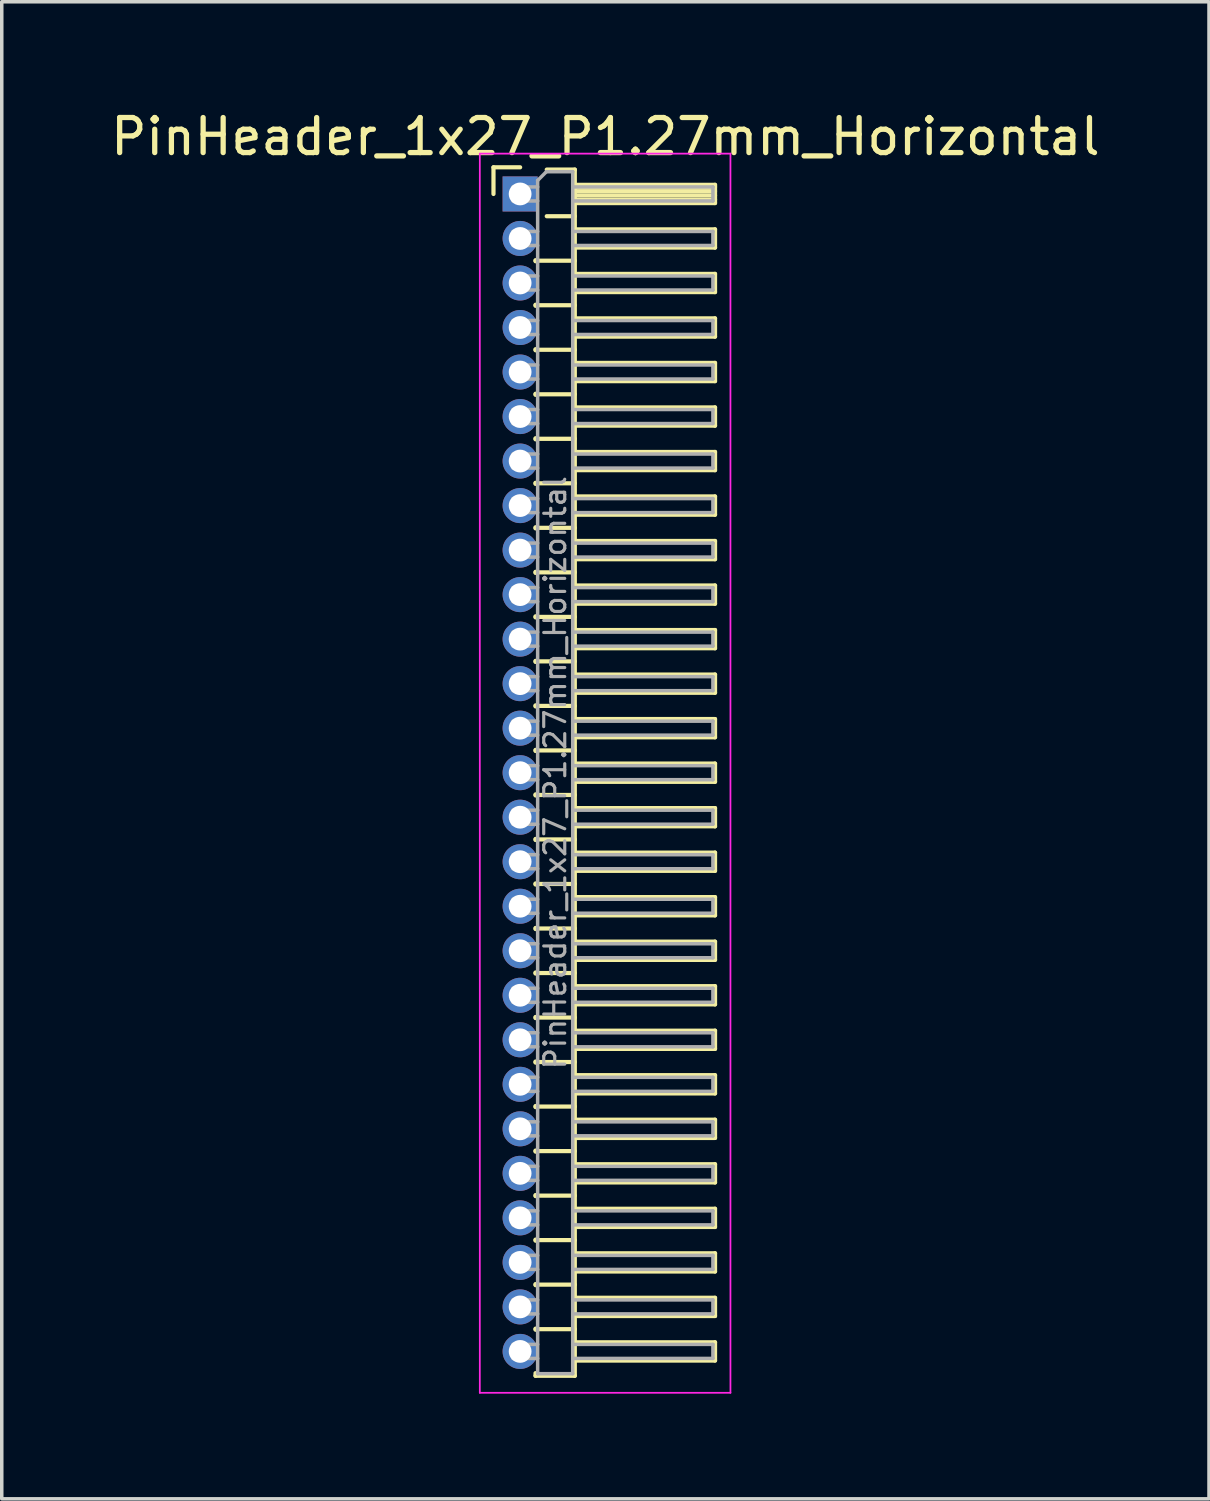
<source format=kicad_pcb>
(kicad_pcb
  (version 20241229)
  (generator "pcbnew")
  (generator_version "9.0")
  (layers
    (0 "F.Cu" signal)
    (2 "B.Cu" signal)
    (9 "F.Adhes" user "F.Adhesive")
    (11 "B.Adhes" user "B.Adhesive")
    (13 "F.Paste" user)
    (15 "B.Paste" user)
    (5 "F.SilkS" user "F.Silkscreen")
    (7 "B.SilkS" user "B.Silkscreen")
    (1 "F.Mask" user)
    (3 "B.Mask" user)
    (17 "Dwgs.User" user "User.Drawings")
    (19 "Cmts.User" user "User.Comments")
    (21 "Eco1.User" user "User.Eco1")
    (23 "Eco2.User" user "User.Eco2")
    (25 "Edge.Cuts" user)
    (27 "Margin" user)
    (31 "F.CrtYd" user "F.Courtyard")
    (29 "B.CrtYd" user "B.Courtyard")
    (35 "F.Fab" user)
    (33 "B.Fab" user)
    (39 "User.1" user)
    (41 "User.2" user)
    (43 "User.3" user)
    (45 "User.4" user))
  (footprint "PinHeader_1x27_P1.27mm_Horizontal"
    (layer "F.Cu")
    (at 11.788 2.483)
    (property "Reference" "PinHeader_1x27_P1.27mm_Horizontal" (at 2.433 -1.635 0) (layer "F.SilkS") (effects (font (size 1 1) (thickness 0.15))))
    (attr through_hole)
    (fp_line (start -0.76 -0.76) (end 0 -0.76) (stroke (width 0.12) (type solid)) (layer "F.SilkS"))
    (fp_line (start -0.76 0) (end -0.76 -0.76) (stroke (width 0.12) (type solid)) (layer "F.SilkS"))
    (fp_line (start 0.44 1.89) (end 0.44 1.92) (stroke (width 0.12) (type solid)) (layer "F.SilkS"))
    (fp_line (start 0.44 1.905) (end 1.56 1.905) (stroke (width 0.12) (type solid)) (layer "F.SilkS"))
    (fp_line (start 0.44 3.16) (end 0.44 3.19) (stroke (width 0.12) (type solid)) (layer "F.SilkS"))
    (fp_line (start 0.44 3.175) (end 1.56 3.175) (stroke (width 0.12) (type solid)) (layer "F.SilkS"))
    (fp_line (start 0.44 4.43) (end 0.44 4.46) (stroke (width 0.12) (type solid)) (layer "F.SilkS"))
    (fp_line (start 0.44 4.445) (end 1.56 4.445) (stroke (width 0.12) (type solid)) (layer "F.SilkS"))
    (fp_line (start 0.44 5.7) (end 0.44 5.73) (stroke (width 0.12) (type solid)) (layer "F.SilkS"))
    (fp_line (start 0.44 5.715) (end 1.56 5.715) (stroke (width 0.12) (type solid)) (layer "F.SilkS"))
    (fp_line (start 0.44 6.97) (end 0.44 7) (stroke (width 0.12) (type solid)) (layer "F.SilkS"))
    (fp_line (start 0.44 6.985) (end 1.56 6.985) (stroke (width 0.12) (type solid)) (layer "F.SilkS"))
    (fp_line (start 0.44 8.24) (end 0.44 8.27) (stroke (width 0.12) (type solid)) (layer "F.SilkS"))
    (fp_line (start 0.44 8.255) (end 1.56 8.255) (stroke (width 0.12) (type solid)) (layer "F.SilkS"))
    (fp_line (start 0.44 9.51) (end 0.44 9.54) (stroke (width 0.12) (type solid)) (layer "F.SilkS"))
    (fp_line (start 0.44 9.525) (end 1.56 9.525) (stroke (width 0.12) (type solid)) (layer "F.SilkS"))
    (fp_line (start 0.44 10.78) (end 0.44 10.81) (stroke (width 0.12) (type solid)) (layer "F.SilkS"))
    (fp_line (start 0.44 10.795) (end 1.56 10.795) (stroke (width 0.12) (type solid)) (layer "F.SilkS"))
    (fp_line (start 0.44 12.05) (end 0.44 12.08) (stroke (width 0.12) (type solid)) (layer "F.SilkS"))
    (fp_line (start 0.44 12.065) (end 1.56 12.065) (stroke (width 0.12) (type solid)) (layer "F.SilkS"))
    (fp_line (start 0.44 13.32) (end 0.44 13.35) (stroke (width 0.12) (type solid)) (layer "F.SilkS"))
    (fp_line (start 0.44 13.335) (end 1.56 13.335) (stroke (width 0.12) (type solid)) (layer "F.SilkS"))
    (fp_line (start 0.44 14.59) (end 0.44 14.62) (stroke (width 0.12) (type solid)) (layer "F.SilkS"))
    (fp_line (start 0.44 14.605) (end 1.56 14.605) (stroke (width 0.12) (type solid)) (layer "F.SilkS"))
    (fp_line (start 0.44 15.86) (end 0.44 15.89) (stroke (width 0.12) (type solid)) (layer "F.SilkS"))
    (fp_line (start 0.44 15.875) (end 1.56 15.875) (stroke (width 0.12) (type solid)) (layer "F.SilkS"))
    (fp_line (start 0.44 17.13) (end 0.44 17.16) (stroke (width 0.12) (type solid)) (layer "F.SilkS"))
    (fp_line (start 0.44 17.145) (end 1.56 17.145) (stroke (width 0.12) (type solid)) (layer "F.SilkS"))
    (fp_line (start 0.44 18.4) (end 0.44 18.43) (stroke (width 0.12) (type solid)) (layer "F.SilkS"))
    (fp_line (start 0.44 18.415) (end 1.56 18.415) (stroke (width 0.12) (type solid)) (layer "F.SilkS"))
    (fp_line (start 0.44 19.67) (end 0.44 19.7) (stroke (width 0.12) (type solid)) (layer "F.SilkS"))
    (fp_line (start 0.44 19.685) (end 1.56 19.685) (stroke (width 0.12) (type solid)) (layer "F.SilkS"))
    (fp_line (start 0.44 20.94) (end 0.44 20.97) (stroke (width 0.12) (type solid)) (layer "F.SilkS"))
    (fp_line (start 0.44 20.955) (end 1.56 20.955) (stroke (width 0.12) (type solid)) (layer "F.SilkS"))
    (fp_line (start 0.44 22.21) (end 0.44 22.24) (stroke (width 0.12) (type solid)) (layer "F.SilkS"))
    (fp_line (start 0.44 22.225) (end 1.56 22.225) (stroke (width 0.12) (type solid)) (layer "F.SilkS"))
    (fp_line (start 0.44 23.48) (end 0.44 23.51) (stroke (width 0.12) (type solid)) (layer "F.SilkS"))
    (fp_line (start 0.44 23.495) (end 1.56 23.495) (stroke (width 0.12) (type solid)) (layer "F.SilkS"))
    (fp_line (start 0.44 24.75) (end 0.44 24.78) (stroke (width 0.12) (type solid)) (layer "F.SilkS"))
    (fp_line (start 0.44 24.765) (end 1.56 24.765) (stroke (width 0.12) (type solid)) (layer "F.SilkS"))
    (fp_line (start 0.44 26.02) (end 0.44 26.05) (stroke (width 0.12) (type solid)) (layer "F.SilkS"))
    (fp_line (start 0.44 26.035) (end 1.56 26.035) (stroke (width 0.12) (type solid)) (layer "F.SilkS"))
    (fp_line (start 0.44 27.29) (end 0.44 27.32) (stroke (width 0.12) (type solid)) (layer "F.SilkS"))
    (fp_line (start 0.44 27.305) (end 1.56 27.305) (stroke (width 0.12) (type solid)) (layer "F.SilkS"))
    (fp_line (start 0.44 28.56) (end 0.44 28.59) (stroke (width 0.12) (type solid)) (layer "F.SilkS"))
    (fp_line (start 0.44 28.575) (end 1.56 28.575) (stroke (width 0.12) (type solid)) (layer "F.SilkS"))
    (fp_line (start 0.44 29.83) (end 0.44 29.86) (stroke (width 0.12) (type solid)) (layer "F.SilkS"))
    (fp_line (start 0.44 29.845) (end 1.56 29.845) (stroke (width 0.12) (type solid)) (layer "F.SilkS"))
    (fp_line (start 0.44 31.1) (end 0.44 31.13) (stroke (width 0.12) (type solid)) (layer "F.SilkS"))
    (fp_line (start 0.44 31.115) (end 1.56 31.115) (stroke (width 0.12) (type solid)) (layer "F.SilkS"))
    (fp_line (start 0.44 32.37) (end 0.44 32.4) (stroke (width 0.12) (type solid)) (layer "F.SilkS"))
    (fp_line (start 0.44 32.385) (end 1.56 32.385) (stroke (width 0.12) (type solid)) (layer "F.SilkS"))
    (fp_line (start 0.44 33.715) (end 0.44 33.64) (stroke (width 0.12) (type solid)) (layer "F.SilkS"))
    (fp_line (start 0.76 -0.695) (end 1.56 -0.695) (stroke (width 0.12) (type solid)) (layer "F.SilkS"))
    (fp_line (start 0.76 0.635) (end 1.56 0.635) (stroke (width 0.12) (type solid)) (layer "F.SilkS"))
    (fp_line (start 1.56 -0.695) (end 1.56 33.715) (stroke (width 0.12) (type solid)) (layer "F.SilkS"))
    (fp_line (start 1.56 -0.26) (end 5.56 -0.26) (stroke (width 0.12) (type solid)) (layer "F.SilkS"))
    (fp_line (start 1.56 -0.2) (end 5.56 -0.2) (stroke (width 0.12) (type solid)) (layer "F.SilkS"))
    (fp_line (start 1.56 -0.08) (end 5.56 -0.08) (stroke (width 0.12) (type solid)) (layer "F.SilkS"))
    (fp_line (start 1.56 0.04) (end 5.56 0.04) (stroke (width 0.12) (type solid)) (layer "F.SilkS"))
    (fp_line (start 1.56 0.16) (end 5.56 0.16) (stroke (width 0.12) (type solid)) (layer "F.SilkS"))
    (fp_line (start 1.56 1.01) (end 5.56 1.01) (stroke (width 0.12) (type solid)) (layer "F.SilkS"))
    (fp_line (start 1.56 2.28) (end 5.56 2.28) (stroke (width 0.12) (type solid)) (layer "F.SilkS"))
    (fp_line (start 1.56 3.55) (end 5.56 3.55) (stroke (width 0.12) (type solid)) (layer "F.SilkS"))
    (fp_line (start 1.56 4.82) (end 5.56 4.82) (stroke (width 0.12) (type solid)) (layer "F.SilkS"))
    (fp_line (start 1.56 6.09) (end 5.56 6.09) (stroke (width 0.12) (type solid)) (layer "F.SilkS"))
    (fp_line (start 1.56 7.36) (end 5.56 7.36) (stroke (width 0.12) (type solid)) (layer "F.SilkS"))
    (fp_line (start 1.56 8.63) (end 5.56 8.63) (stroke (width 0.12) (type solid)) (layer "F.SilkS"))
    (fp_line (start 1.56 9.9) (end 5.56 9.9) (stroke (width 0.12) (type solid)) (layer "F.SilkS"))
    (fp_line (start 1.56 11.17) (end 5.56 11.17) (stroke (width 0.12) (type solid)) (layer "F.SilkS"))
    (fp_line (start 1.56 12.44) (end 5.56 12.44) (stroke (width 0.12) (type solid)) (layer "F.SilkS"))
    (fp_line (start 1.56 13.71) (end 5.56 13.71) (stroke (width 0.12) (type solid)) (layer "F.SilkS"))
    (fp_line (start 1.56 14.98) (end 5.56 14.98) (stroke (width 0.12) (type solid)) (layer "F.SilkS"))
    (fp_line (start 1.56 16.25) (end 5.56 16.25) (stroke (width 0.12) (type solid)) (layer "F.SilkS"))
    (fp_line (start 1.56 17.52) (end 5.56 17.52) (stroke (width 0.12) (type solid)) (layer "F.SilkS"))
    (fp_line (start 1.56 18.79) (end 5.56 18.79) (stroke (width 0.12) (type solid)) (layer "F.SilkS"))
    (fp_line (start 1.56 20.06) (end 5.56 20.06) (stroke (width 0.12) (type solid)) (layer "F.SilkS"))
    (fp_line (start 1.56 21.33) (end 5.56 21.33) (stroke (width 0.12) (type solid)) (layer "F.SilkS"))
    (fp_line (start 1.56 22.6) (end 5.56 22.6) (stroke (width 0.12) (type solid)) (layer "F.SilkS"))
    (fp_line (start 1.56 23.87) (end 5.56 23.87) (stroke (width 0.12) (type solid)) (layer "F.SilkS"))
    (fp_line (start 1.56 25.14) (end 5.56 25.14) (stroke (width 0.12) (type solid)) (layer "F.SilkS"))
    (fp_line (start 1.56 26.41) (end 5.56 26.41) (stroke (width 0.12) (type solid)) (layer "F.SilkS"))
    (fp_line (start 1.56 27.68) (end 5.56 27.68) (stroke (width 0.12) (type solid)) (layer "F.SilkS"))
    (fp_line (start 1.56 28.95) (end 5.56 28.95) (stroke (width 0.12) (type solid)) (layer "F.SilkS"))
    (fp_line (start 1.56 30.22) (end 5.56 30.22) (stroke (width 0.12) (type solid)) (layer "F.SilkS"))
    (fp_line (start 1.56 31.49) (end 5.56 31.49) (stroke (width 0.12) (type solid)) (layer "F.SilkS"))
    (fp_line (start 1.56 32.76) (end 5.56 32.76) (stroke (width 0.12) (type solid)) (layer "F.SilkS"))
    (fp_line (start 1.56 33.715) (end 0.44 33.715) (stroke (width 0.12) (type solid)) (layer "F.SilkS"))
    (fp_line (start 5.56 -0.26) (end 5.56 0.26) (stroke (width 0.12) (type solid)) (layer "F.SilkS"))
    (fp_line (start 5.56 0.26) (end 1.56 0.26) (stroke (width 0.12) (type solid)) (layer "F.SilkS"))
    (fp_line (start 5.56 1.01) (end 5.56 1.53) (stroke (width 0.12) (type solid)) (layer "F.SilkS"))
    (fp_line (start 5.56 1.53) (end 1.56 1.53) (stroke (width 0.12) (type solid)) (layer "F.SilkS"))
    (fp_line (start 5.56 2.28) (end 5.56 2.8) (stroke (width 0.12) (type solid)) (layer "F.SilkS"))
    (fp_line (start 5.56 2.8) (end 1.56 2.8) (stroke (width 0.12) (type solid)) (layer "F.SilkS"))
    (fp_line (start 5.56 3.55) (end 5.56 4.07) (stroke (width 0.12) (type solid)) (layer "F.SilkS"))
    (fp_line (start 5.56 4.07) (end 1.56 4.07) (stroke (width 0.12) (type solid)) (layer "F.SilkS"))
    (fp_line (start 5.56 4.82) (end 5.56 5.34) (stroke (width 0.12) (type solid)) (layer "F.SilkS"))
    (fp_line (start 5.56 5.34) (end 1.56 5.34) (stroke (width 0.12) (type solid)) (layer "F.SilkS"))
    (fp_line (start 5.56 6.09) (end 5.56 6.61) (stroke (width 0.12) (type solid)) (layer "F.SilkS"))
    (fp_line (start 5.56 6.61) (end 1.56 6.61) (stroke (width 0.12) (type solid)) (layer "F.SilkS"))
    (fp_line (start 5.56 7.36) (end 5.56 7.88) (stroke (width 0.12) (type solid)) (layer "F.SilkS"))
    (fp_line (start 5.56 7.88) (end 1.56 7.88) (stroke (width 0.12) (type solid)) (layer "F.SilkS"))
    (fp_line (start 5.56 8.63) (end 5.56 9.15) (stroke (width 0.12) (type solid)) (layer "F.SilkS"))
    (fp_line (start 5.56 9.15) (end 1.56 9.15) (stroke (width 0.12) (type solid)) (layer "F.SilkS"))
    (fp_line (start 5.56 9.9) (end 5.56 10.42) (stroke (width 0.12) (type solid)) (layer "F.SilkS"))
    (fp_line (start 5.56 10.42) (end 1.56 10.42) (stroke (width 0.12) (type solid)) (layer "F.SilkS"))
    (fp_line (start 5.56 11.17) (end 5.56 11.69) (stroke (width 0.12) (type solid)) (layer "F.SilkS"))
    (fp_line (start 5.56 11.69) (end 1.56 11.69) (stroke (width 0.12) (type solid)) (layer "F.SilkS"))
    (fp_line (start 5.56 12.44) (end 5.56 12.96) (stroke (width 0.12) (type solid)) (layer "F.SilkS"))
    (fp_line (start 5.56 12.96) (end 1.56 12.96) (stroke (width 0.12) (type solid)) (layer "F.SilkS"))
    (fp_line (start 5.56 13.71) (end 5.56 14.23) (stroke (width 0.12) (type solid)) (layer "F.SilkS"))
    (fp_line (start 5.56 14.23) (end 1.56 14.23) (stroke (width 0.12) (type solid)) (layer "F.SilkS"))
    (fp_line (start 5.56 14.98) (end 5.56 15.5) (stroke (width 0.12) (type solid)) (layer "F.SilkS"))
    (fp_line (start 5.56 15.5) (end 1.56 15.5) (stroke (width 0.12) (type solid)) (layer "F.SilkS"))
    (fp_line (start 5.56 16.25) (end 5.56 16.77) (stroke (width 0.12) (type solid)) (layer "F.SilkS"))
    (fp_line (start 5.56 16.77) (end 1.56 16.77) (stroke (width 0.12) (type solid)) (layer "F.SilkS"))
    (fp_line (start 5.56 17.52) (end 5.56 18.04) (stroke (width 0.12) (type solid)) (layer "F.SilkS"))
    (fp_line (start 5.56 18.04) (end 1.56 18.04) (stroke (width 0.12) (type solid)) (layer "F.SilkS"))
    (fp_line (start 5.56 18.79) (end 5.56 19.31) (stroke (width 0.12) (type solid)) (layer "F.SilkS"))
    (fp_line (start 5.56 19.31) (end 1.56 19.31) (stroke (width 0.12) (type solid)) (layer "F.SilkS"))
    (fp_line (start 5.56 20.06) (end 5.56 20.58) (stroke (width 0.12) (type solid)) (layer "F.SilkS"))
    (fp_line (start 5.56 20.58) (end 1.56 20.58) (stroke (width 0.12) (type solid)) (layer "F.SilkS"))
    (fp_line (start 5.56 21.33) (end 5.56 21.85) (stroke (width 0.12) (type solid)) (layer "F.SilkS"))
    (fp_line (start 5.56 21.85) (end 1.56 21.85) (stroke (width 0.12) (type solid)) (layer "F.SilkS"))
    (fp_line (start 5.56 22.6) (end 5.56 23.12) (stroke (width 0.12) (type solid)) (layer "F.SilkS"))
    (fp_line (start 5.56 23.12) (end 1.56 23.12) (stroke (width 0.12) (type solid)) (layer "F.SilkS"))
    (fp_line (start 5.56 23.87) (end 5.56 24.39) (stroke (width 0.12) (type solid)) (layer "F.SilkS"))
    (fp_line (start 5.56 24.39) (end 1.56 24.39) (stroke (width 0.12) (type solid)) (layer "F.SilkS"))
    (fp_line (start 5.56 25.14) (end 5.56 25.66) (stroke (width 0.12) (type solid)) (layer "F.SilkS"))
    (fp_line (start 5.56 25.66) (end 1.56 25.66) (stroke (width 0.12) (type solid)) (layer "F.SilkS"))
    (fp_line (start 5.56 26.41) (end 5.56 26.93) (stroke (width 0.12) (type solid)) (layer "F.SilkS"))
    (fp_line (start 5.56 26.93) (end 1.56 26.93) (stroke (width 0.12) (type solid)) (layer "F.SilkS"))
    (fp_line (start 5.56 27.68) (end 5.56 28.2) (stroke (width 0.12) (type solid)) (layer "F.SilkS"))
    (fp_line (start 5.56 28.2) (end 1.56 28.2) (stroke (width 0.12) (type solid)) (layer "F.SilkS"))
    (fp_line (start 5.56 28.95) (end 5.56 29.47) (stroke (width 0.12) (type solid)) (layer "F.SilkS"))
    (fp_line (start 5.56 29.47) (end 1.56 29.47) (stroke (width 0.12) (type solid)) (layer "F.SilkS"))
    (fp_line (start 5.56 30.22) (end 5.56 30.74) (stroke (width 0.12) (type solid)) (layer "F.SilkS"))
    (fp_line (start 5.56 30.74) (end 1.56 30.74) (stroke (width 0.12) (type solid)) (layer "F.SilkS"))
    (fp_line (start 5.56 31.49) (end 5.56 32.01) (stroke (width 0.12) (type solid)) (layer "F.SilkS"))
    (fp_line (start 5.56 32.01) (end 1.56 32.01) (stroke (width 0.12) (type solid)) (layer "F.SilkS"))
    (fp_line (start 5.56 32.76) (end 5.56 33.28) (stroke (width 0.12) (type solid)) (layer "F.SilkS"))
    (fp_line (start 5.56 33.28) (end 1.56 33.28) (stroke (width 0.12) (type solid)) (layer "F.SilkS"))
    (fp_line (start -1.15 -1.15) (end -1.15 34.2) (stroke (width 0.05) (type solid)) (layer "F.CrtYd"))
    (fp_line (start -1.15 34.2) (end 6 34.2) (stroke (width 0.05) (type solid)) (layer "F.CrtYd"))
    (fp_line (start 6 -1.15) (end -1.15 -1.15) (stroke (width 0.05) (type solid)) (layer "F.CrtYd"))
    (fp_line (start 6 34.2) (end 6 -1.15) (stroke (width 0.05) (type solid)) (layer "F.CrtYd"))
    (fp_line (start -0.2 -0.2) (end -0.2 0.2) (stroke (width 0.1) (type solid)) (layer "F.Fab"))
    (fp_line (start -0.2 -0.2) (end 0.5 -0.2) (stroke (width 0.1) (type solid)) (layer "F.Fab"))
    (fp_line (start -0.2 0.2) (end 0.5 0.2) (stroke (width 0.1) (type solid)) (layer "F.Fab"))
    (fp_line (start -0.2 1.07) (end -0.2 1.47) (stroke (width 0.1) (type solid)) (layer "F.Fab"))
    (fp_line (start -0.2 1.07) (end 0.5 1.07) (stroke (width 0.1) (type solid)) (layer "F.Fab"))
    (fp_line (start -0.2 1.47) (end 0.5 1.47) (stroke (width 0.1) (type solid)) (layer "F.Fab"))
    (fp_line (start -0.2 2.34) (end -0.2 2.74) (stroke (width 0.1) (type solid)) (layer "F.Fab"))
    (fp_line (start -0.2 2.34) (end 0.5 2.34) (stroke (width 0.1) (type solid)) (layer "F.Fab"))
    (fp_line (start -0.2 2.74) (end 0.5 2.74) (stroke (width 0.1) (type solid)) (layer "F.Fab"))
    (fp_line (start -0.2 3.61) (end -0.2 4.01) (stroke (width 0.1) (type solid)) (layer "F.Fab"))
    (fp_line (start -0.2 3.61) (end 0.5 3.61) (stroke (width 0.1) (type solid)) (layer "F.Fab"))
    (fp_line (start -0.2 4.01) (end 0.5 4.01) (stroke (width 0.1) (type solid)) (layer "F.Fab"))
    (fp_line (start -0.2 4.88) (end -0.2 5.28) (stroke (width 0.1) (type solid)) (layer "F.Fab"))
    (fp_line (start -0.2 4.88) (end 0.5 4.88) (stroke (width 0.1) (type solid)) (layer "F.Fab"))
    (fp_line (start -0.2 5.28) (end 0.5 5.28) (stroke (width 0.1) (type solid)) (layer "F.Fab"))
    (fp_line (start -0.2 6.15) (end -0.2 6.55) (stroke (width 0.1) (type solid)) (layer "F.Fab"))
    (fp_line (start -0.2 6.15) (end 0.5 6.15) (stroke (width 0.1) (type solid)) (layer "F.Fab"))
    (fp_line (start -0.2 6.55) (end 0.5 6.55) (stroke (width 0.1) (type solid)) (layer "F.Fab"))
    (fp_line (start -0.2 7.42) (end -0.2 7.82) (stroke (width 0.1) (type solid)) (layer "F.Fab"))
    (fp_line (start -0.2 7.42) (end 0.5 7.42) (stroke (width 0.1) (type solid)) (layer "F.Fab"))
    (fp_line (start -0.2 7.82) (end 0.5 7.82) (stroke (width 0.1) (type solid)) (layer "F.Fab"))
    (fp_line (start -0.2 8.69) (end -0.2 9.09) (stroke (width 0.1) (type solid)) (layer "F.Fab"))
    (fp_line (start -0.2 8.69) (end 0.5 8.69) (stroke (width 0.1) (type solid)) (layer "F.Fab"))
    (fp_line (start -0.2 9.09) (end 0.5 9.09) (stroke (width 0.1) (type solid)) (layer "F.Fab"))
    (fp_line (start -0.2 9.96) (end -0.2 10.36) (stroke (width 0.1) (type solid)) (layer "F.Fab"))
    (fp_line (start -0.2 9.96) (end 0.5 9.96) (stroke (width 0.1) (type solid)) (layer "F.Fab"))
    (fp_line (start -0.2 10.36) (end 0.5 10.36) (stroke (width 0.1) (type solid)) (layer "F.Fab"))
    (fp_line (start -0.2 11.23) (end -0.2 11.63) (stroke (width 0.1) (type solid)) (layer "F.Fab"))
    (fp_line (start -0.2 11.23) (end 0.5 11.23) (stroke (width 0.1) (type solid)) (layer "F.Fab"))
    (fp_line (start -0.2 11.63) (end 0.5 11.63) (stroke (width 0.1) (type solid)) (layer "F.Fab"))
    (fp_line (start -0.2 12.5) (end -0.2 12.9) (stroke (width 0.1) (type solid)) (layer "F.Fab"))
    (fp_line (start -0.2 12.5) (end 0.5 12.5) (stroke (width 0.1) (type solid)) (layer "F.Fab"))
    (fp_line (start -0.2 12.9) (end 0.5 12.9) (stroke (width 0.1) (type solid)) (layer "F.Fab"))
    (fp_line (start -0.2 13.77) (end -0.2 14.17) (stroke (width 0.1) (type solid)) (layer "F.Fab"))
    (fp_line (start -0.2 13.77) (end 0.5 13.77) (stroke (width 0.1) (type solid)) (layer "F.Fab"))
    (fp_line (start -0.2 14.17) (end 0.5 14.17) (stroke (width 0.1) (type solid)) (layer "F.Fab"))
    (fp_line (start -0.2 15.04) (end -0.2 15.44) (stroke (width 0.1) (type solid)) (layer "F.Fab"))
    (fp_line (start -0.2 15.04) (end 0.5 15.04) (stroke (width 0.1) (type solid)) (layer "F.Fab"))
    (fp_line (start -0.2 15.44) (end 0.5 15.44) (stroke (width 0.1) (type solid)) (layer "F.Fab"))
    (fp_line (start -0.2 16.31) (end -0.2 16.71) (stroke (width 0.1) (type solid)) (layer "F.Fab"))
    (fp_line (start -0.2 16.31) (end 0.5 16.31) (stroke (width 0.1) (type solid)) (layer "F.Fab"))
    (fp_line (start -0.2 16.71) (end 0.5 16.71) (stroke (width 0.1) (type solid)) (layer "F.Fab"))
    (fp_line (start -0.2 17.58) (end -0.2 17.98) (stroke (width 0.1) (type solid)) (layer "F.Fab"))
    (fp_line (start -0.2 17.58) (end 0.5 17.58) (stroke (width 0.1) (type solid)) (layer "F.Fab"))
    (fp_line (start -0.2 17.98) (end 0.5 17.98) (stroke (width 0.1) (type solid)) (layer "F.Fab"))
    (fp_line (start -0.2 18.85) (end -0.2 19.25) (stroke (width 0.1) (type solid)) (layer "F.Fab"))
    (fp_line (start -0.2 18.85) (end 0.5 18.85) (stroke (width 0.1) (type solid)) (layer "F.Fab"))
    (fp_line (start -0.2 19.25) (end 0.5 19.25) (stroke (width 0.1) (type solid)) (layer "F.Fab"))
    (fp_line (start -0.2 20.12) (end -0.2 20.52) (stroke (width 0.1) (type solid)) (layer "F.Fab"))
    (fp_line (start -0.2 20.12) (end 0.5 20.12) (stroke (width 0.1) (type solid)) (layer "F.Fab"))
    (fp_line (start -0.2 20.52) (end 0.5 20.52) (stroke (width 0.1) (type solid)) (layer "F.Fab"))
    (fp_line (start -0.2 21.39) (end -0.2 21.79) (stroke (width 0.1) (type solid)) (layer "F.Fab"))
    (fp_line (start -0.2 21.39) (end 0.5 21.39) (stroke (width 0.1) (type solid)) (layer "F.Fab"))
    (fp_line (start -0.2 21.79) (end 0.5 21.79) (stroke (width 0.1) (type solid)) (layer "F.Fab"))
    (fp_line (start -0.2 22.66) (end -0.2 23.06) (stroke (width 0.1) (type solid)) (layer "F.Fab"))
    (fp_line (start -0.2 22.66) (end 0.5 22.66) (stroke (width 0.1) (type solid)) (layer "F.Fab"))
    (fp_line (start -0.2 23.06) (end 0.5 23.06) (stroke (width 0.1) (type solid)) (layer "F.Fab"))
    (fp_line (start -0.2 23.93) (end -0.2 24.33) (stroke (width 0.1) (type solid)) (layer "F.Fab"))
    (fp_line (start -0.2 23.93) (end 0.5 23.93) (stroke (width 0.1) (type solid)) (layer "F.Fab"))
    (fp_line (start -0.2 24.33) (end 0.5 24.33) (stroke (width 0.1) (type solid)) (layer "F.Fab"))
    (fp_line (start -0.2 25.2) (end -0.2 25.6) (stroke (width 0.1) (type solid)) (layer "F.Fab"))
    (fp_line (start -0.2 25.2) (end 0.5 25.2) (stroke (width 0.1) (type solid)) (layer "F.Fab"))
    (fp_line (start -0.2 25.6) (end 0.5 25.6) (stroke (width 0.1) (type solid)) (layer "F.Fab"))
    (fp_line (start -0.2 26.47) (end -0.2 26.87) (stroke (width 0.1) (type solid)) (layer "F.Fab"))
    (fp_line (start -0.2 26.47) (end 0.5 26.47) (stroke (width 0.1) (type solid)) (layer "F.Fab"))
    (fp_line (start -0.2 26.87) (end 0.5 26.87) (stroke (width 0.1) (type solid)) (layer "F.Fab"))
    (fp_line (start -0.2 27.74) (end -0.2 28.14) (stroke (width 0.1) (type solid)) (layer "F.Fab"))
    (fp_line (start -0.2 27.74) (end 0.5 27.74) (stroke (width 0.1) (type solid)) (layer "F.Fab"))
    (fp_line (start -0.2 28.14) (end 0.5 28.14) (stroke (width 0.1) (type solid)) (layer "F.Fab"))
    (fp_line (start -0.2 29.01) (end -0.2 29.41) (stroke (width 0.1) (type solid)) (layer "F.Fab"))
    (fp_line (start -0.2 29.01) (end 0.5 29.01) (stroke (width 0.1) (type solid)) (layer "F.Fab"))
    (fp_line (start -0.2 29.41) (end 0.5 29.41) (stroke (width 0.1) (type solid)) (layer "F.Fab"))
    (fp_line (start -0.2 30.28) (end -0.2 30.68) (stroke (width 0.1) (type solid)) (layer "F.Fab"))
    (fp_line (start -0.2 30.28) (end 0.5 30.28) (stroke (width 0.1) (type solid)) (layer "F.Fab"))
    (fp_line (start -0.2 30.68) (end 0.5 30.68) (stroke (width 0.1) (type solid)) (layer "F.Fab"))
    (fp_line (start -0.2 31.55) (end -0.2 31.95) (stroke (width 0.1) (type solid)) (layer "F.Fab"))
    (fp_line (start -0.2 31.55) (end 0.5 31.55) (stroke (width 0.1) (type solid)) (layer "F.Fab"))
    (fp_line (start -0.2 31.95) (end 0.5 31.95) (stroke (width 0.1) (type solid)) (layer "F.Fab"))
    (fp_line (start -0.2 32.82) (end -0.2 33.22) (stroke (width 0.1) (type solid)) (layer "F.Fab"))
    (fp_line (start -0.2 32.82) (end 0.5 32.82) (stroke (width 0.1) (type solid)) (layer "F.Fab"))
    (fp_line (start -0.2 33.22) (end 0.5 33.22) (stroke (width 0.1) (type solid)) (layer "F.Fab"))
    (fp_line (start 0.5 -0.385) (end 0.75 -0.635) (stroke (width 0.1) (type solid)) (layer "F.Fab"))
    (fp_line (start 0.5 33.655) (end 0.5 -0.385) (stroke (width 0.1) (type solid)) (layer "F.Fab"))
    (fp_line (start 0.75 -0.635) (end 1.5 -0.635) (stroke (width 0.1) (type solid)) (layer "F.Fab"))
    (fp_line (start 1.5 -0.635) (end 1.5 33.655) (stroke (width 0.1) (type solid)) (layer "F.Fab"))
    (fp_line (start 1.5 -0.2) (end 5.5 -0.2) (stroke (width 0.1) (type solid)) (layer "F.Fab"))
    (fp_line (start 1.5 0.2) (end 5.5 0.2) (stroke (width 0.1) (type solid)) (layer "F.Fab"))
    (fp_line (start 1.5 1.07) (end 5.5 1.07) (stroke (width 0.1) (type solid)) (layer "F.Fab"))
    (fp_line (start 1.5 1.47) (end 5.5 1.47) (stroke (width 0.1) (type solid)) (layer "F.Fab"))
    (fp_line (start 1.5 2.34) (end 5.5 2.34) (stroke (width 0.1) (type solid)) (layer "F.Fab"))
    (fp_line (start 1.5 2.74) (end 5.5 2.74) (stroke (width 0.1) (type solid)) (layer "F.Fab"))
    (fp_line (start 1.5 3.61) (end 5.5 3.61) (stroke (width 0.1) (type solid)) (layer "F.Fab"))
    (fp_line (start 1.5 4.01) (end 5.5 4.01) (stroke (width 0.1) (type solid)) (layer "F.Fab"))
    (fp_line (start 1.5 4.88) (end 5.5 4.88) (stroke (width 0.1) (type solid)) (layer "F.Fab"))
    (fp_line (start 1.5 5.28) (end 5.5 5.28) (stroke (width 0.1) (type solid)) (layer "F.Fab"))
    (fp_line (start 1.5 6.15) (end 5.5 6.15) (stroke (width 0.1) (type solid)) (layer "F.Fab"))
    (fp_line (start 1.5 6.55) (end 5.5 6.55) (stroke (width 0.1) (type solid)) (layer "F.Fab"))
    (fp_line (start 1.5 7.42) (end 5.5 7.42) (stroke (width 0.1) (type solid)) (layer "F.Fab"))
    (fp_line (start 1.5 7.82) (end 5.5 7.82) (stroke (width 0.1) (type solid)) (layer "F.Fab"))
    (fp_line (start 1.5 8.69) (end 5.5 8.69) (stroke (width 0.1) (type solid)) (layer "F.Fab"))
    (fp_line (start 1.5 9.09) (end 5.5 9.09) (stroke (width 0.1) (type solid)) (layer "F.Fab"))
    (fp_line (start 1.5 9.96) (end 5.5 9.96) (stroke (width 0.1) (type solid)) (layer "F.Fab"))
    (fp_line (start 1.5 10.36) (end 5.5 10.36) (stroke (width 0.1) (type solid)) (layer "F.Fab"))
    (fp_line (start 1.5 11.23) (end 5.5 11.23) (stroke (width 0.1) (type solid)) (layer "F.Fab"))
    (fp_line (start 1.5 11.63) (end 5.5 11.63) (stroke (width 0.1) (type solid)) (layer "F.Fab"))
    (fp_line (start 1.5 12.5) (end 5.5 12.5) (stroke (width 0.1) (type solid)) (layer "F.Fab"))
    (fp_line (start 1.5 12.9) (end 5.5 12.9) (stroke (width 0.1) (type solid)) (layer "F.Fab"))
    (fp_line (start 1.5 13.77) (end 5.5 13.77) (stroke (width 0.1) (type solid)) (layer "F.Fab"))
    (fp_line (start 1.5 14.17) (end 5.5 14.17) (stroke (width 0.1) (type solid)) (layer "F.Fab"))
    (fp_line (start 1.5 15.04) (end 5.5 15.04) (stroke (width 0.1) (type solid)) (layer "F.Fab"))
    (fp_line (start 1.5 15.44) (end 5.5 15.44) (stroke (width 0.1) (type solid)) (layer "F.Fab"))
    (fp_line (start 1.5 16.31) (end 5.5 16.31) (stroke (width 0.1) (type solid)) (layer "F.Fab"))
    (fp_line (start 1.5 16.71) (end 5.5 16.71) (stroke (width 0.1) (type solid)) (layer "F.Fab"))
    (fp_line (start 1.5 17.58) (end 5.5 17.58) (stroke (width 0.1) (type solid)) (layer "F.Fab"))
    (fp_line (start 1.5 17.98) (end 5.5 17.98) (stroke (width 0.1) (type solid)) (layer "F.Fab"))
    (fp_line (start 1.5 18.85) (end 5.5 18.85) (stroke (width 0.1) (type solid)) (layer "F.Fab"))
    (fp_line (start 1.5 19.25) (end 5.5 19.25) (stroke (width 0.1) (type solid)) (layer "F.Fab"))
    (fp_line (start 1.5 20.12) (end 5.5 20.12) (stroke (width 0.1) (type solid)) (layer "F.Fab"))
    (fp_line (start 1.5 20.52) (end 5.5 20.52) (stroke (width 0.1) (type solid)) (layer "F.Fab"))
    (fp_line (start 1.5 21.39) (end 5.5 21.39) (stroke (width 0.1) (type solid)) (layer "F.Fab"))
    (fp_line (start 1.5 21.79) (end 5.5 21.79) (stroke (width 0.1) (type solid)) (layer "F.Fab"))
    (fp_line (start 1.5 22.66) (end 5.5 22.66) (stroke (width 0.1) (type solid)) (layer "F.Fab"))
    (fp_line (start 1.5 23.06) (end 5.5 23.06) (stroke (width 0.1) (type solid)) (layer "F.Fab"))
    (fp_line (start 1.5 23.93) (end 5.5 23.93) (stroke (width 0.1) (type solid)) (layer "F.Fab"))
    (fp_line (start 1.5 24.33) (end 5.5 24.33) (stroke (width 0.1) (type solid)) (layer "F.Fab"))
    (fp_line (start 1.5 25.2) (end 5.5 25.2) (stroke (width 0.1) (type solid)) (layer "F.Fab"))
    (fp_line (start 1.5 25.6) (end 5.5 25.6) (stroke (width 0.1) (type solid)) (layer "F.Fab"))
    (fp_line (start 1.5 26.47) (end 5.5 26.47) (stroke (width 0.1) (type solid)) (layer "F.Fab"))
    (fp_line (start 1.5 26.87) (end 5.5 26.87) (stroke (width 0.1) (type solid)) (layer "F.Fab"))
    (fp_line (start 1.5 27.74) (end 5.5 27.74) (stroke (width 0.1) (type solid)) (layer "F.Fab"))
    (fp_line (start 1.5 28.14) (end 5.5 28.14) (stroke (width 0.1) (type solid)) (layer "F.Fab"))
    (fp_line (start 1.5 29.01) (end 5.5 29.01) (stroke (width 0.1) (type solid)) (layer "F.Fab"))
    (fp_line (start 1.5 29.41) (end 5.5 29.41) (stroke (width 0.1) (type solid)) (layer "F.Fab"))
    (fp_line (start 1.5 30.28) (end 5.5 30.28) (stroke (width 0.1) (type solid)) (layer "F.Fab"))
    (fp_line (start 1.5 30.68) (end 5.5 30.68) (stroke (width 0.1) (type solid)) (layer "F.Fab"))
    (fp_line (start 1.5 31.55) (end 5.5 31.55) (stroke (width 0.1) (type solid)) (layer "F.Fab"))
    (fp_line (start 1.5 31.95) (end 5.5 31.95) (stroke (width 0.1) (type solid)) (layer "F.Fab"))
    (fp_line (start 1.5 32.82) (end 5.5 32.82) (stroke (width 0.1) (type solid)) (layer "F.Fab"))
    (fp_line (start 1.5 33.22) (end 5.5 33.22) (stroke (width 0.1) (type solid)) (layer "F.Fab"))
    (fp_line (start 1.5 33.655) (end 0.5 33.655) (stroke (width 0.1) (type solid)) (layer "F.Fab"))
    (fp_line (start 5.5 -0.2) (end 5.5 0.2) (stroke (width 0.1) (type solid)) (layer "F.Fab"))
    (fp_line (start 5.5 1.07) (end 5.5 1.47) (stroke (width 0.1) (type solid)) (layer "F.Fab"))
    (fp_line (start 5.5 2.34) (end 5.5 2.74) (stroke (width 0.1) (type solid)) (layer "F.Fab"))
    (fp_line (start 5.5 3.61) (end 5.5 4.01) (stroke (width 0.1) (type solid)) (layer "F.Fab"))
    (fp_line (start 5.5 4.88) (end 5.5 5.28) (stroke (width 0.1) (type solid)) (layer "F.Fab"))
    (fp_line (start 5.5 6.15) (end 5.5 6.55) (stroke (width 0.1) (type solid)) (layer "F.Fab"))
    (fp_line (start 5.5 7.42) (end 5.5 7.82) (stroke (width 0.1) (type solid)) (layer "F.Fab"))
    (fp_line (start 5.5 8.69) (end 5.5 9.09) (stroke (width 0.1) (type solid)) (layer "F.Fab"))
    (fp_line (start 5.5 9.96) (end 5.5 10.36) (stroke (width 0.1) (type solid)) (layer "F.Fab"))
    (fp_line (start 5.5 11.23) (end 5.5 11.63) (stroke (width 0.1) (type solid)) (layer "F.Fab"))
    (fp_line (start 5.5 12.5) (end 5.5 12.9) (stroke (width 0.1) (type solid)) (layer "F.Fab"))
    (fp_line (start 5.5 13.77) (end 5.5 14.17) (stroke (width 0.1) (type solid)) (layer "F.Fab"))
    (fp_line (start 5.5 15.04) (end 5.5 15.44) (stroke (width 0.1) (type solid)) (layer "F.Fab"))
    (fp_line (start 5.5 16.31) (end 5.5 16.71) (stroke (width 0.1) (type solid)) (layer "F.Fab"))
    (fp_line (start 5.5 17.58) (end 5.5 17.98) (stroke (width 0.1) (type solid)) (layer "F.Fab"))
    (fp_line (start 5.5 18.85) (end 5.5 19.25) (stroke (width 0.1) (type solid)) (layer "F.Fab"))
    (fp_line (start 5.5 20.12) (end 5.5 20.52) (stroke (width 0.1) (type solid)) (layer "F.Fab"))
    (fp_line (start 5.5 21.39) (end 5.5 21.79) (stroke (width 0.1) (type solid)) (layer "F.Fab"))
    (fp_line (start 5.5 22.66) (end 5.5 23.06) (stroke (width 0.1) (type solid)) (layer "F.Fab"))
    (fp_line (start 5.5 23.93) (end 5.5 24.33) (stroke (width 0.1) (type solid)) (layer "F.Fab"))
    (fp_line (start 5.5 25.2) (end 5.5 25.6) (stroke (width 0.1) (type solid)) (layer "F.Fab"))
    (fp_line (start 5.5 26.47) (end 5.5 26.87) (stroke (width 0.1) (type solid)) (layer "F.Fab"))
    (fp_line (start 5.5 27.74) (end 5.5 28.14) (stroke (width 0.1) (type solid)) (layer "F.Fab"))
    (fp_line (start 5.5 29.01) (end 5.5 29.41) (stroke (width 0.1) (type solid)) (layer "F.Fab"))
    (fp_line (start 5.5 30.28) (end 5.5 30.68) (stroke (width 0.1) (type solid)) (layer "F.Fab"))
    (fp_line (start 5.5 31.55) (end 5.5 31.95) (stroke (width 0.1) (type solid)) (layer "F.Fab"))
    (fp_line (start 5.5 32.82) (end 5.5 33.22) (stroke (width 0.1) (type solid)) (layer "F.Fab"))
    (fp_text user "${REFERENCE}" (at 1 16.51 90) (layer "F.Fab") (effects (font (size 0.6 0.6) (thickness 0.09))))
    (pad "1" thru_hole rect (at 0 0) (size 1 1) (drill 0.65) (layers "*.Cu" "*.Mask"))
    (pad "2" thru_hole oval (at 0 1.27) (size 1 1) (drill 0.65) (layers "*.Cu" "*.Mask"))
    (pad "3" thru_hole oval (at 0 2.54) (size 1 1) (drill 0.65) (layers "*.Cu" "*.Mask"))
    (pad "4" thru_hole oval (at 0 3.81) (size 1 1) (drill 0.65) (layers "*.Cu" "*.Mask"))
    (pad "5" thru_hole oval (at 0 5.08) (size 1 1) (drill 0.65) (layers "*.Cu" "*.Mask"))
    (pad "6" thru_hole oval (at 0 6.35) (size 1 1) (drill 0.65) (layers "*.Cu" "*.Mask"))
    (pad "7" thru_hole oval (at 0 7.62) (size 1 1) (drill 0.65) (layers "*.Cu" "*.Mask"))
    (pad "8" thru_hole oval (at 0 8.89) (size 1 1) (drill 0.65) (layers "*.Cu" "*.Mask"))
    (pad "9" thru_hole oval (at 0 10.16) (size 1 1) (drill 0.65) (layers "*.Cu" "*.Mask"))
    (pad "10" thru_hole oval (at 0 11.43) (size 1 1) (drill 0.65) (layers "*.Cu" "*.Mask"))
    (pad "11" thru_hole oval (at 0 12.7) (size 1 1) (drill 0.65) (layers "*.Cu" "*.Mask"))
    (pad "12" thru_hole oval (at 0 13.97) (size 1 1) (drill 0.65) (layers "*.Cu" "*.Mask"))
    (pad "13" thru_hole oval (at 0 15.24) (size 1 1) (drill 0.65) (layers "*.Cu" "*.Mask"))
    (pad "14" thru_hole oval (at 0 16.51) (size 1 1) (drill 0.65) (layers "*.Cu" "*.Mask"))
    (pad "15" thru_hole oval (at 0 17.78) (size 1 1) (drill 0.65) (layers "*.Cu" "*.Mask"))
    (pad "16" thru_hole oval (at 0 19.05) (size 1 1) (drill 0.65) (layers "*.Cu" "*.Mask"))
    (pad "17" thru_hole oval (at 0 20.32) (size 1 1) (drill 0.65) (layers "*.Cu" "*.Mask"))
    (pad "18" thru_hole oval (at 0 21.59) (size 1 1) (drill 0.65) (layers "*.Cu" "*.Mask"))
    (pad "19" thru_hole oval (at 0 22.86) (size 1 1) (drill 0.65) (layers "*.Cu" "*.Mask"))
    (pad "20" thru_hole oval (at 0 24.13) (size 1 1) (drill 0.65) (layers "*.Cu" "*.Mask"))
    (pad "21" thru_hole oval (at 0 25.4) (size 1 1) (drill 0.65) (layers "*.Cu" "*.Mask"))
    (pad "22" thru_hole oval (at 0 26.67) (size 1 1) (drill 0.65) (layers "*.Cu" "*.Mask"))
    (pad "23" thru_hole oval (at 0 27.94) (size 1 1) (drill 0.65) (layers "*.Cu" "*.Mask"))
    (pad "24" thru_hole oval (at 0 29.21) (size 1 1) (drill 0.65) (layers "*.Cu" "*.Mask"))
    (pad "25" thru_hole oval (at 0 30.48) (size 1 1) (drill 0.65) (layers "*.Cu" "*.Mask"))
    (pad "26" thru_hole oval (at 0 31.75) (size 1 1) (drill 0.65) (layers "*.Cu" "*.Mask"))
    (pad "27" thru_hole oval (at 0 33.02) (size 1 1) (drill 0.65) (layers "*.Cu" "*.Mask")))
  (gr_rect
    (start -3 -3)
    (end 31.44 39.708)
    (stroke (width 0.1) (type default))
    (fill no)
    (layer "Edge.Cuts")))
</source>
